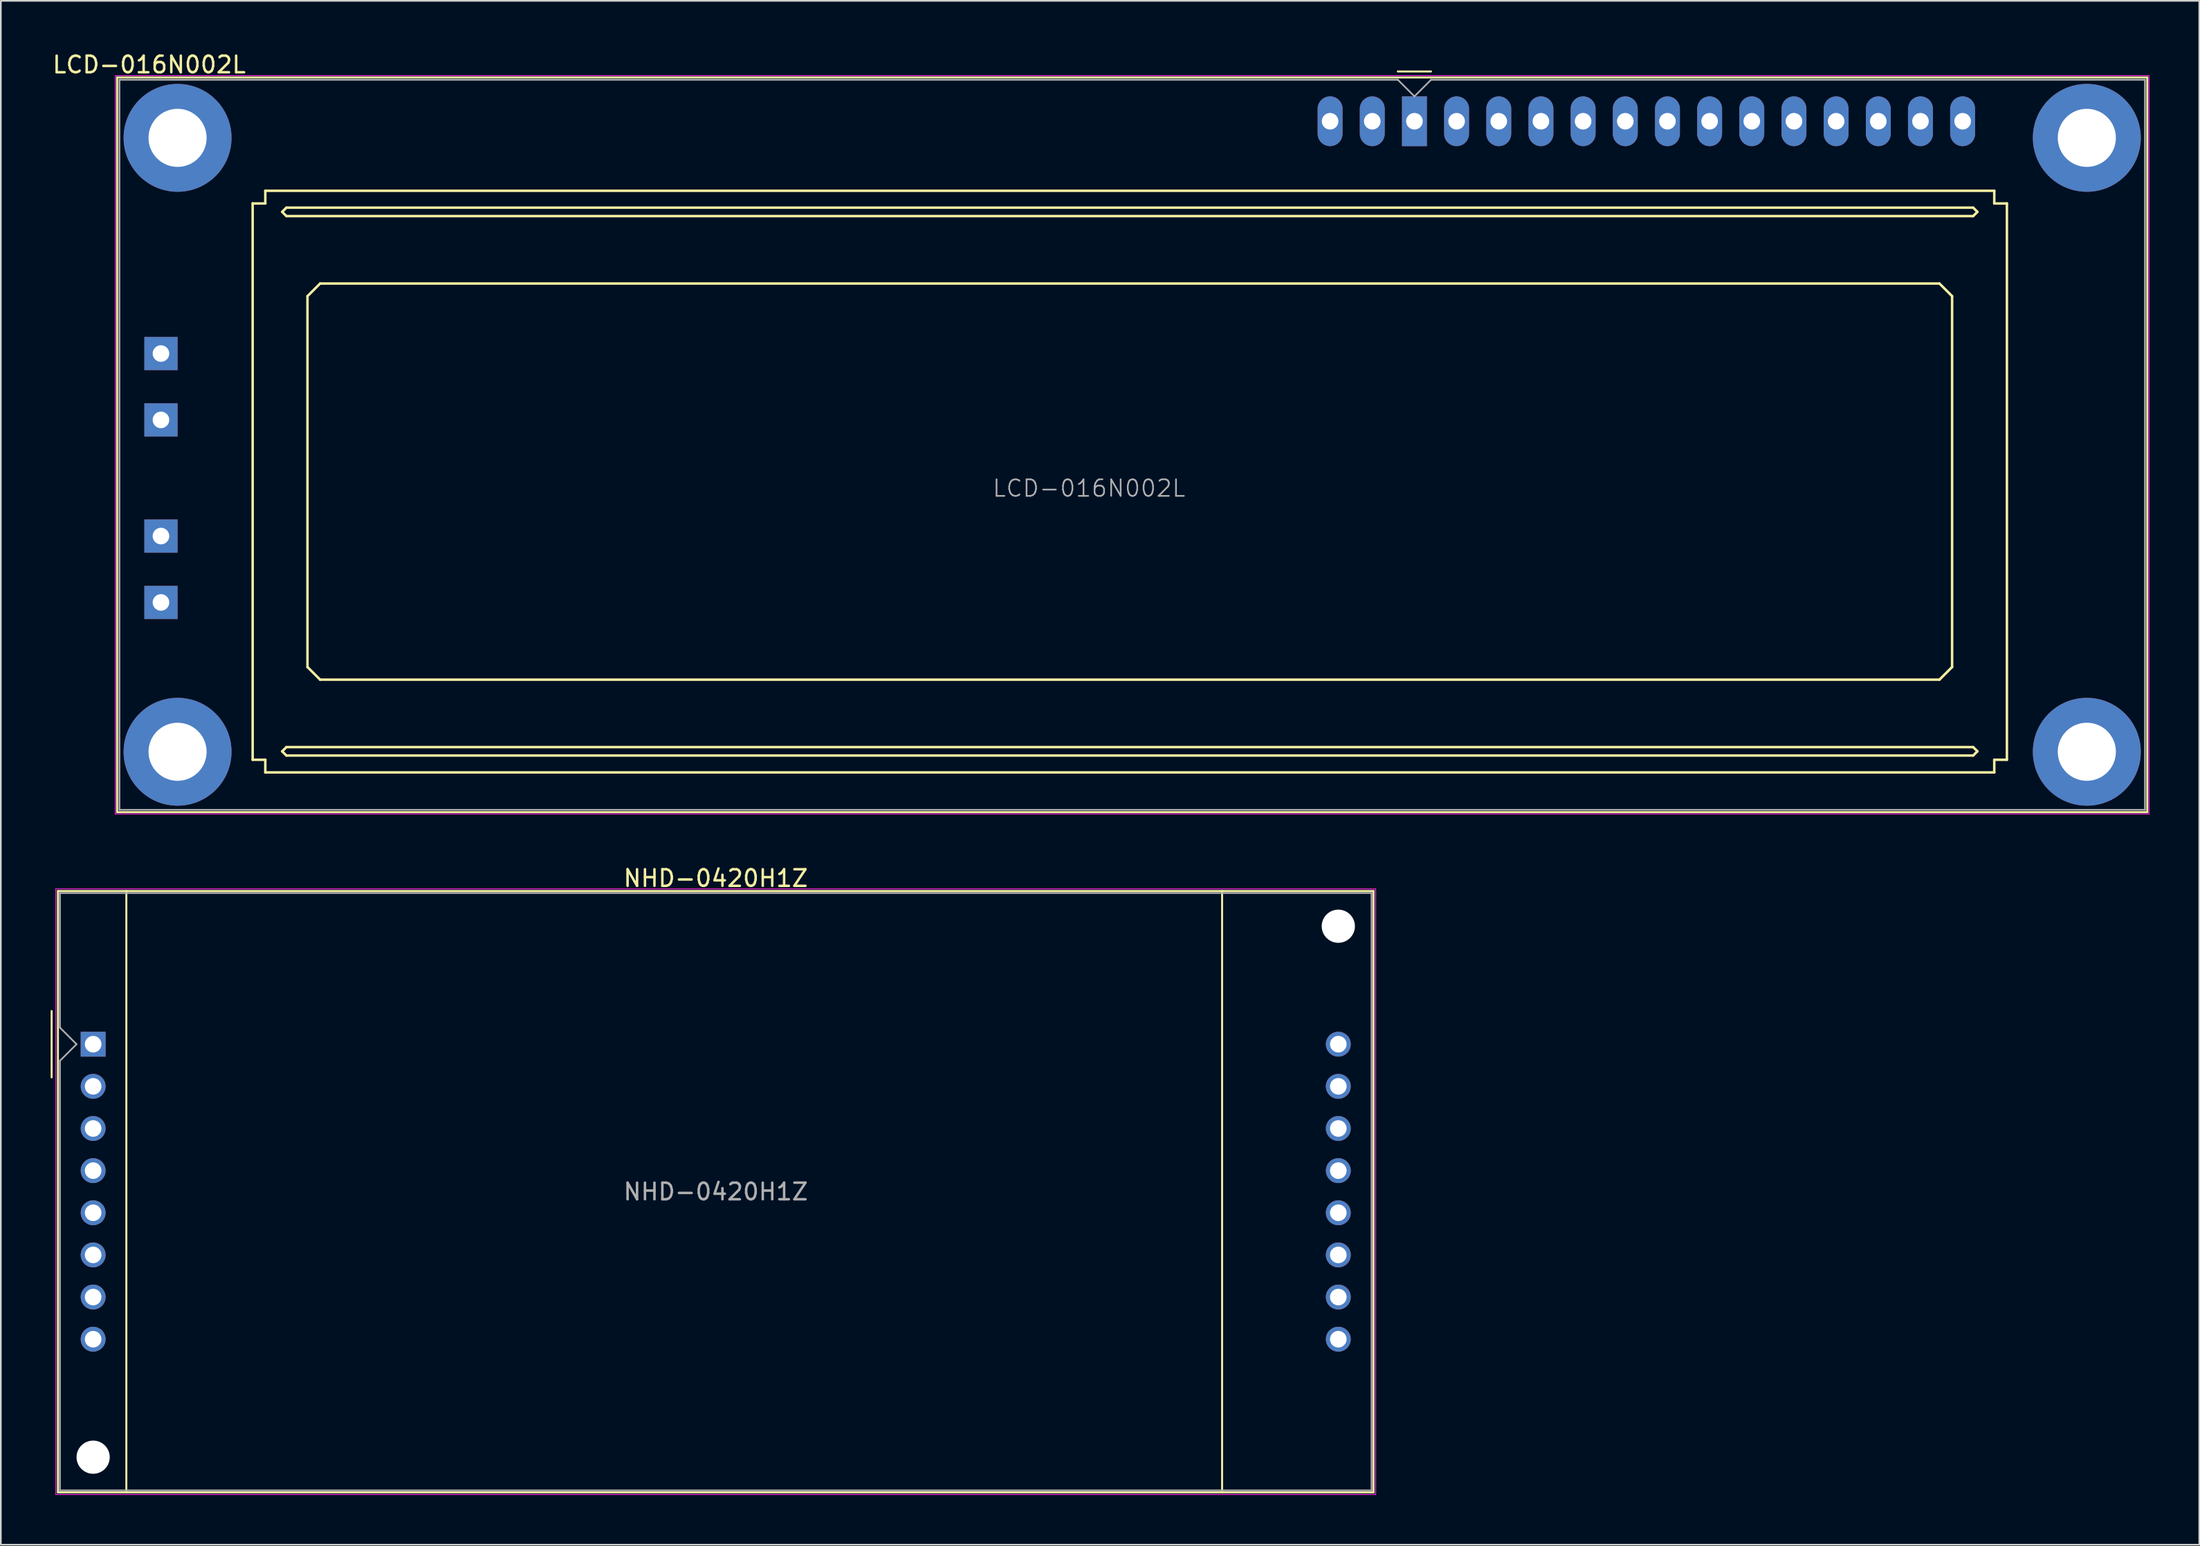
<source format=kicad_pcb>
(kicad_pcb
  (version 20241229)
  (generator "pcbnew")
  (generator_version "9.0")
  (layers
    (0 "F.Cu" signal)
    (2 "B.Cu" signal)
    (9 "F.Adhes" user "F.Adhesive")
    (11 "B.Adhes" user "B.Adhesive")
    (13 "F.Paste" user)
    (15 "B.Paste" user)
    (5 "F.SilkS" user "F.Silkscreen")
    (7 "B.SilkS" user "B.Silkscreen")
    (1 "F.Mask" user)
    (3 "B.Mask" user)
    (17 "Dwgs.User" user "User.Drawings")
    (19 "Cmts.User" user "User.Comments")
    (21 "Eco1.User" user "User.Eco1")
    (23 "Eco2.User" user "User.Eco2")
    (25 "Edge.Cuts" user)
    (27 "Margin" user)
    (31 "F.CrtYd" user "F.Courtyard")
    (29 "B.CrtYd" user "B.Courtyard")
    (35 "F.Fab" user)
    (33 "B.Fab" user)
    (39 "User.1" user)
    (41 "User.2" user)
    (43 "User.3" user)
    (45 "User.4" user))
  (footprint "NHD-0420H1Z"
    (layer "F.Cu")
    (at 2.56 59.882)
    (property "Reference" "NHD-0420H1Z" (at 37.5 -10 0) (layer "F.SilkS") (effects (font (size 1 1) (thickness 0.15))))
    (attr through_hole)
    (fp_line (start -2.5 -2) (end -2.5 2) (stroke (width 0.12) (type solid)) (layer "F.SilkS"))
    (fp_line (start -2.12 -9.23) (end 77.12 -9.23) (stroke (width 0.12) (type solid)) (layer "F.SilkS"))
    (fp_line (start -2.12 27.01) (end -2.12 -9.23) (stroke (width 0.12) (type solid)) (layer "F.SilkS"))
    (fp_line (start 2 27.01) (end 2 -9.23) (stroke (width 0.12) (type solid)) (layer "F.SilkS"))
    (fp_line (start 68 -9.23) (end 68 27.01) (stroke (width 0.12) (type solid)) (layer "F.SilkS"))
    (fp_line (start 77.12 -9.23) (end 77.12 27.01) (stroke (width 0.12) (type solid)) (layer "F.SilkS"))
    (fp_line (start 77.12 27.01) (end -2.12 27.01) (stroke (width 0.12) (type solid)) (layer "F.SilkS"))
    (fp_line (start -2.25 -9.36) (end 77.25 -9.36) (stroke (width 0.05) (type solid)) (layer "F.CrtYd"))
    (fp_line (start -2.25 27.14) (end -2.25 -9.36) (stroke (width 0.05) (type solid)) (layer "F.CrtYd"))
    (fp_line (start 77.25 -9.36) (end 77.25 27.14) (stroke (width 0.05) (type solid)) (layer "F.CrtYd"))
    (fp_line (start 77.25 27.14) (end -2.25 27.14) (stroke (width 0.05) (type solid)) (layer "F.CrtYd"))
    (fp_line (start -2 -9.11) (end 77 -9.11) (stroke (width 0.1) (type solid)) (layer "F.Fab"))
    (fp_line (start -2 -1) (end -2 -9.11) (stroke (width 0.1) (type solid)) (layer "F.Fab"))
    (fp_line (start -2 1) (end -1 0) (stroke (width 0.1) (type solid)) (layer "F.Fab"))
    (fp_line (start -2 26.89) (end -2 1) (stroke (width 0.1) (type solid)) (layer "F.Fab"))
    (fp_line (start -1 0) (end -2 -1) (stroke (width 0.1) (type solid)) (layer "F.Fab"))
    (fp_line (start 77 -9.11) (end 77 26.89) (stroke (width 0.1) (type solid)) (layer "F.Fab"))
    (fp_line (start 77 26.89) (end -2 26.89) (stroke (width 0.1) (type solid)) (layer "F.Fab"))
    (fp_text user "${REFERENCE}" (at 37.5 8.89 0) (layer "F.Fab") (effects (font (size 1 1) (thickness 0.15))))
    (pad "" np_thru_hole circle (at 0 24.89) (size 2 2) (drill 2) (layers "*.Cu" "*.Mask"))
    (pad "" np_thru_hole circle (at 75 -7.11) (size 2 2) (drill 2) (layers "*.Cu" "*.Mask"))
    (pad "1" thru_hole rect (at 0 0) (size 1.5 1.5) (drill 1) (layers "*.Cu" "*.Mask"))
    (pad "2" thru_hole circle (at 0 2.54) (size 1.5 1.5) (drill 1) (layers "*.Cu" "*.Mask"))
    (pad "3" thru_hole circle (at 0 5.08) (size 1.5 1.5) (drill 1) (layers "*.Cu" "*.Mask"))
    (pad "4" thru_hole circle (at 0 7.62) (size 1.5 1.5) (drill 1) (layers "*.Cu" "*.Mask"))
    (pad "5" thru_hole circle (at 0 10.16) (size 1.5 1.5) (drill 1) (layers "*.Cu" "*.Mask"))
    (pad "6" thru_hole circle (at 0 12.7) (size 1.5 1.5) (drill 1) (layers "*.Cu" "*.Mask"))
    (pad "7" thru_hole circle (at 0 15.24) (size 1.5 1.5) (drill 1) (layers "*.Cu" "*.Mask"))
    (pad "8" thru_hole circle (at 0 17.78) (size 1.5 1.5) (drill 1) (layers "*.Cu" "*.Mask"))
    (pad "9" thru_hole circle (at 75 0) (size 1.5 1.5) (drill 1) (layers "*.Cu" "*.Mask"))
    (pad "10" thru_hole circle (at 75 2.54) (size 1.5 1.5) (drill 1) (layers "*.Cu" "*.Mask"))
    (pad "11" thru_hole circle (at 75 5.08) (size 1.5 1.5) (drill 1) (layers "*.Cu" "*.Mask"))
    (pad "12" thru_hole circle (at 75 7.62) (size 1.5 1.5) (drill 1) (layers "*.Cu" "*.Mask"))
    (pad "13" thru_hole circle (at 75 10.16) (size 1.5 1.5) (drill 1) (layers "*.Cu" "*.Mask"))
    (pad "14" thru_hole circle (at 75 12.7) (size 1.5 1.5) (drill 1) (layers "*.Cu" "*.Mask"))
    (pad "15" thru_hole circle (at 75 15.24) (size 1.5 1.5) (drill 1) (layers "*.Cu" "*.Mask"))
    (pad "16" thru_hole circle (at 75 17.78) (size 1.5 1.5) (drill 1) (layers "*.Cu" "*.Mask")))
  (footprint "LCD-016N002L"
    (layer "F.Cu")
    (at 82.145 4.258)
    (property "Reference" "LCD-016N002L" (at -76.21 -3.41 180) (layer "F.SilkS") (effects (font (size 1 1) (thickness 0.15))))
    (attr through_hole)
    (fp_line (start -78.14 -2.64) (end -78.14 41.64) (stroke (width 0.12) (type solid)) (layer "F.SilkS"))
    (fp_line (start -78.14 41.64) (end 44.14 41.64) (stroke (width 0.12) (type solid)) (layer "F.SilkS"))
    (fp_line (start -69.977 4.953) (end -69.977 38.481) (stroke (width 0.15) (type solid)) (layer "F.SilkS"))
    (fp_line (start -69.215 4.191) (end -69.215 4.953) (stroke (width 0.15) (type solid)) (layer "F.SilkS"))
    (fp_line (start -69.215 4.953) (end -69.977 4.953) (stroke (width 0.15) (type solid)) (layer "F.SilkS"))
    (fp_line (start -69.215 38.481) (end -69.977 38.481) (stroke (width 0.15) (type solid)) (layer "F.SilkS"))
    (fp_line (start -69.215 39.243) (end -69.215 38.481) (stroke (width 0.15) (type solid)) (layer "F.SilkS"))
    (fp_line (start -69.215 39.243) (end 34.925 39.243) (stroke (width 0.15) (type solid)) (layer "F.SilkS"))
    (fp_line (start -68.199 5.461) (end -67.945 5.715) (stroke (width 0.15) (type solid)) (layer "F.SilkS"))
    (fp_line (start -68.199 37.973) (end -67.945 38.227) (stroke (width 0.15) (type solid)) (layer "F.SilkS"))
    (fp_line (start -67.945 5.207) (end -68.199 5.461) (stroke (width 0.15) (type solid)) (layer "F.SilkS"))
    (fp_line (start -67.945 5.715) (end 33.655 5.715) (stroke (width 0.15) (type solid)) (layer "F.SilkS"))
    (fp_line (start -67.945 37.719) (end -68.199 37.973) (stroke (width 0.15) (type solid)) (layer "F.SilkS"))
    (fp_line (start -67.945 38.227) (end 33.655 38.227) (stroke (width 0.15) (type solid)) (layer "F.SilkS"))
    (fp_line (start -66.675 10.541) (end -65.913 9.779) (stroke (width 0.15) (type solid)) (layer "F.SilkS"))
    (fp_line (start -66.675 32.893) (end -66.675 10.541) (stroke (width 0.15) (type solid)) (layer "F.SilkS"))
    (fp_line (start -65.913 9.779) (end 31.623 9.779) (stroke (width 0.15) (type solid)) (layer "F.SilkS"))
    (fp_line (start -65.913 33.655) (end -66.675 32.893) (stroke (width 0.15) (type solid)) (layer "F.SilkS"))
    (fp_line (start -1 -3) (end 1 -3) (stroke (width 0.12) (type solid)) (layer "F.SilkS"))
    (fp_line (start 31.623 9.779) (end 32.385 10.541) (stroke (width 0.15) (type solid)) (layer "F.SilkS"))
    (fp_line (start 31.623 33.655) (end -65.913 33.655) (stroke (width 0.15) (type solid)) (layer "F.SilkS"))
    (fp_line (start 32.385 10.541) (end 32.385 32.893) (stroke (width 0.15) (type solid)) (layer "F.SilkS"))
    (fp_line (start 32.385 32.893) (end 31.623 33.655) (stroke (width 0.15) (type solid)) (layer "F.SilkS"))
    (fp_line (start 33.655 5.207) (end -67.945 5.207) (stroke (width 0.15) (type solid)) (layer "F.SilkS"))
    (fp_line (start 33.655 5.207) (end 33.909 5.461) (stroke (width 0.15) (type solid)) (layer "F.SilkS"))
    (fp_line (start 33.655 37.719) (end -67.945 37.719) (stroke (width 0.15) (type solid)) (layer "F.SilkS"))
    (fp_line (start 33.655 38.227) (end 33.909 37.973) (stroke (width 0.15) (type solid)) (layer "F.SilkS"))
    (fp_line (start 33.909 5.461) (end 33.655 5.715) (stroke (width 0.15) (type solid)) (layer "F.SilkS"))
    (fp_line (start 33.909 37.973) (end 33.655 37.719) (stroke (width 0.15) (type solid)) (layer "F.SilkS"))
    (fp_line (start 34.925 4.191) (end -69.215 4.191) (stroke (width 0.15) (type solid)) (layer "F.SilkS"))
    (fp_line (start 34.925 4.191) (end 34.925 4.953) (stroke (width 0.15) (type solid)) (layer "F.SilkS"))
    (fp_line (start 34.925 4.953) (end 35.687 4.953) (stroke (width 0.15) (type solid)) (layer "F.SilkS"))
    (fp_line (start 34.925 38.481) (end 34.925 39.243) (stroke (width 0.15) (type solid)) (layer "F.SilkS"))
    (fp_line (start 35.687 38.481) (end 34.925 38.481) (stroke (width 0.15) (type solid)) (layer "F.SilkS"))
    (fp_line (start 35.687 38.481) (end 35.687 4.953) (stroke (width 0.15) (type solid)) (layer "F.SilkS"))
    (fp_line (start 44.14 -2.64) (end -78.14 -2.64) (stroke (width 0.12) (type solid)) (layer "F.SilkS"))
    (fp_line (start 44.14 -2.64) (end 44.14 41.64) (stroke (width 0.12) (type solid)) (layer "F.SilkS"))
    (fp_line (start -78.25 -2.75) (end -78.25 41.75) (stroke (width 0.05) (type solid)) (layer "F.CrtYd"))
    (fp_line (start -78.25 -2.75) (end 44.25 -2.75) (stroke (width 0.05) (type solid)) (layer "F.CrtYd"))
    (fp_line (start -78.25 41.75) (end 44.25 41.75) (stroke (width 0.05) (type solid)) (layer "F.CrtYd"))
    (fp_line (start 44.25 -2.75) (end 44.25 41.75) (stroke (width 0.05) (type solid)) (layer "F.CrtYd"))
    (fp_line (start -78 -2.5) (end -1 -2.5) (stroke (width 0.1) (type solid)) (layer "F.Fab"))
    (fp_line (start -78 41.5) (end -78 -2.5) (stroke (width 0.1) (type solid)) (layer "F.Fab"))
    (fp_line (start 0 -1.5) (end -1 -2.5) (stroke (width 0.1) (type solid)) (layer "F.Fab"))
    (fp_line (start 1 -2.5) (end 0 -1.5) (stroke (width 0.1) (type solid)) (layer "F.Fab"))
    (fp_line (start 1 -2.5) (end 44 -2.5) (stroke (width 0.1) (type solid)) (layer "F.Fab"))
    (fp_line (start 44 -2.5) (end 44 41.5) (stroke (width 0.1) (type solid)) (layer "F.Fab"))
    (fp_line (start 44 41.5) (end -78 41.5) (stroke (width 0.1) (type solid)) (layer "F.Fab"))
    (fp_text user "${REFERENCE}" (at -19.6 22.12 0) (layer "F.Fab") (effects (font (size 1 1) (thickness 0.1))))
    (pad "" thru_hole circle (at -74.5 1 180) (size 6.5 6.5) (drill 3.5) (layers "*.Cu" "*.Mask"))
    (pad "" thru_hole circle (at -74.5 38 180) (size 6.5 6.5) (drill 3.5) (layers "*.Cu" "*.Mask"))
    (pad "" thru_hole circle (at 40.5 1 180) (size 6.5 6.5) (drill 3.5) (layers "*.Cu" "*.Mask"))
    (pad "" thru_hole circle (at 40.5 38 180) (size 6.5 6.5) (drill 3.5) (layers "*.Cu" "*.Mask"))
    (pad "1" thru_hole rect (at 0 0 180) (size 1.5 3) (drill 1) (layers "*.Cu" "*.Mask"))
    (pad "2" thru_hole oval (at 2.54 0 180) (size 1.5 3) (drill 1) (layers "*.Cu" "*.Mask"))
    (pad "3" thru_hole oval (at 5.08 0 180) (size 1.5 3) (drill 1) (layers "*.Cu" "*.Mask"))
    (pad "4" thru_hole oval (at 7.62 0 180) (size 1.5 3) (drill 1) (layers "*.Cu" "*.Mask"))
    (pad "5" thru_hole oval (at 10.16 0 180) (size 1.5 3) (drill 1) (layers "*.Cu" "*.Mask"))
    (pad "6" thru_hole oval (at 12.7 0 180) (size 1.5 3) (drill 1) (layers "*.Cu" "*.Mask"))
    (pad "7" thru_hole oval (at 15.24 0 180) (size 1.5 3) (drill 1) (layers "*.Cu" "*.Mask"))
    (pad "8" thru_hole oval (at 17.78 0 180) (size 1.5 3) (drill 1) (layers "*.Cu" "*.Mask"))
    (pad "9" thru_hole oval (at 20.32 0 180) (size 1.5 3) (drill 1) (layers "*.Cu" "*.Mask"))
    (pad "10" thru_hole oval (at 22.86 0 180) (size 1.5 3) (drill 1) (layers "*.Cu" "*.Mask"))
    (pad "11" thru_hole oval (at 25.4 0 180) (size 1.5 3) (drill 1) (layers "*.Cu" "*.Mask"))
    (pad "12" thru_hole oval (at 27.94 0 180) (size 1.5 3) (drill 1) (layers "*.Cu" "*.Mask"))
    (pad "13" thru_hole oval (at 30.48 0 180) (size 1.5 3) (drill 1) (layers "*.Cu" "*.Mask"))
    (pad "14" thru_hole oval (at 33.02 0 180) (size 1.5 3) (drill 1) (layers "*.Cu" "*.Mask"))
    (pad "15" thru_hole oval (at -2.54 0 180) (size 1.5 3) (drill 1) (layers "*.Cu" "*.Mask"))
    (pad "16" thru_hole oval (at -5.08 0 180) (size 1.5 3) (drill 1) (layers "*.Cu" "*.Mask"))
    (pad "A1" thru_hole rect (at -75.5 14 180) (size 2 2) (drill 1) (layers "*.Cu" "*.Mask"))
    (pad "A2" thru_hole rect (at -75.5 25 180) (size 2 2) (drill 1) (layers "*.Cu" "*.Mask"))
    (pad "K1" thru_hole rect (at -75.5 18 180) (size 2 2) (drill 1) (layers "*.Cu" "*.Mask"))
    (pad "K2" thru_hole rect (at -75.5 29 180) (size 2 2) (drill 1) (layers "*.Cu" "*.Mask")))
  (gr_rect
    (start -3 -3)
    (end 129.42 90.046)
    (stroke (width 0.1) (type default))
    (fill no)
    (layer "Edge.Cuts")))
</source>
